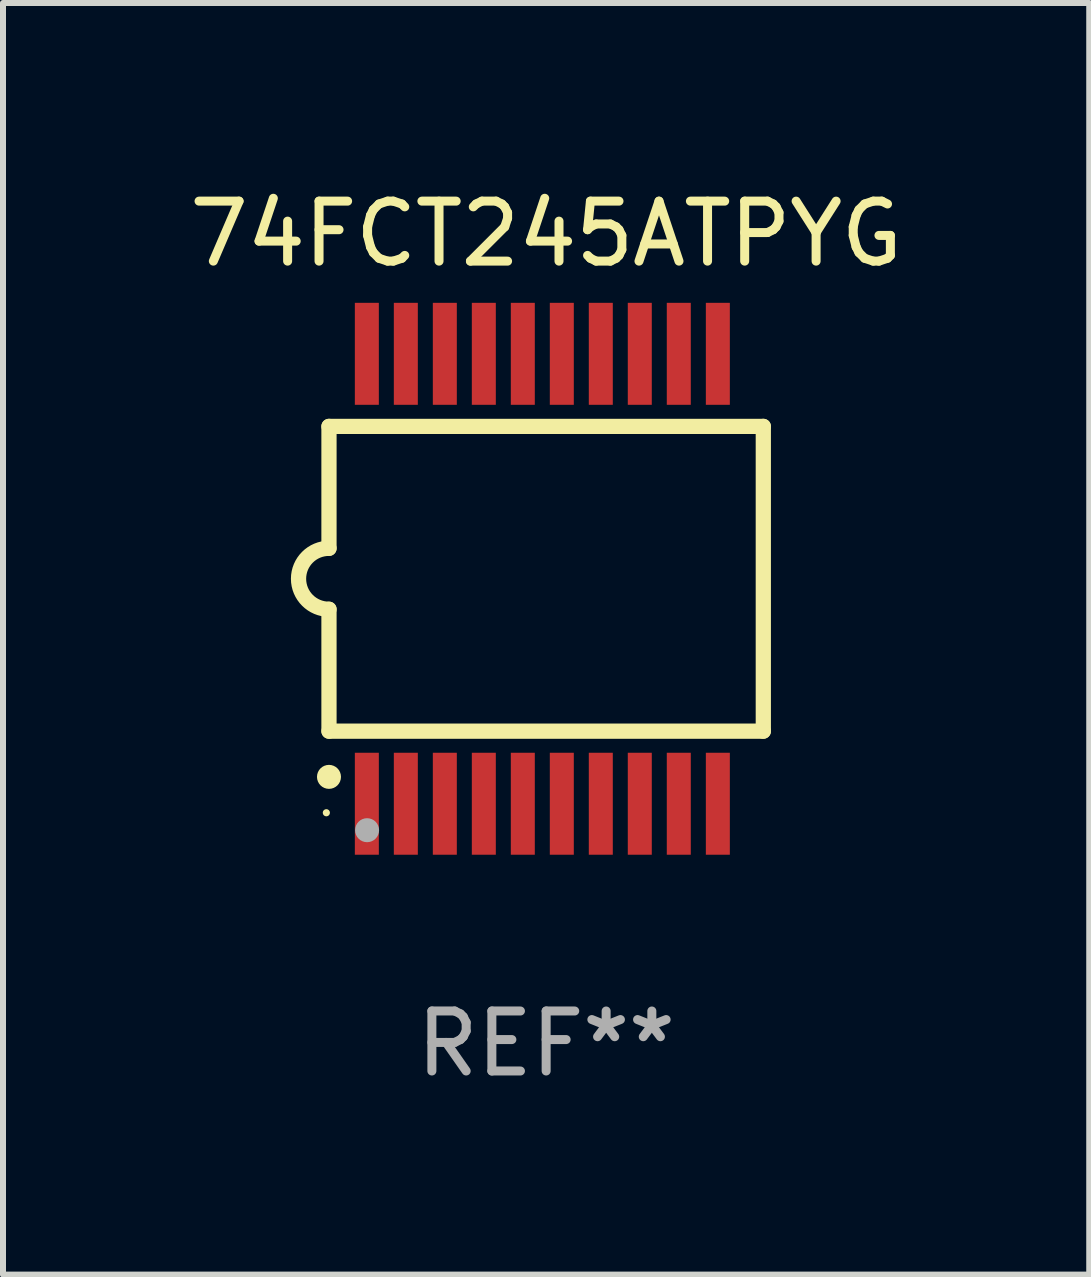
<source format=kicad_pcb>
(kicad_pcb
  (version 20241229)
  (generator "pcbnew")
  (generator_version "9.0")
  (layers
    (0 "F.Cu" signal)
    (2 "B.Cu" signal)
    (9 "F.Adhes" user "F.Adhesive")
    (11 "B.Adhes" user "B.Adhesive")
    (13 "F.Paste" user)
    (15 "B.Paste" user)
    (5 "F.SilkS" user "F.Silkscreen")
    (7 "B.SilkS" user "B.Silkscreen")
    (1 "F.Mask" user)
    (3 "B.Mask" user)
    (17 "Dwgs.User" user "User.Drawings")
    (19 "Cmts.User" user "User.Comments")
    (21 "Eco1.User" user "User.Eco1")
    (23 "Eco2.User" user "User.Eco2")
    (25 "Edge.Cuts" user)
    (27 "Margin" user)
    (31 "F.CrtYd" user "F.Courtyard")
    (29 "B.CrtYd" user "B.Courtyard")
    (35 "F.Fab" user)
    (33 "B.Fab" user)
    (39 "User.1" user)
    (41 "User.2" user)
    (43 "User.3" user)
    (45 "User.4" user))
  (footprint "74FCT245ATPYG"
    (layer "F.Cu")
    (at 6.054 6.598)
    (property "Reference" "74FCT245ATPYG" (at 0 -5.75 0) (layer "F.SilkS") (effects (font (size 1 1) (thickness 0.15))))
    (attr through_hole)
    (fp_line (start -3.62 -2.54) (end 3.62 -2.54) (stroke (width 0.254) (type solid)) (layer "F.SilkS"))
    (fp_line (start -3.62 -0.508) (end -3.62 -2.54) (stroke (width 0.254) (type solid)) (layer "F.SilkS"))
    (fp_line (start -3.62 2.54) (end -3.62 0.508) (stroke (width 0.254) (type solid)) (layer "F.SilkS"))
    (fp_line (start 3.62 -2.54) (end 3.62 2.54) (stroke (width 0.254) (type solid)) (layer "F.SilkS"))
    (fp_line (start 3.62 2.54) (end -3.62 2.54) (stroke (width 0.254) (type solid)) (layer "F.SilkS"))
    (fp_arc (start -3.619507 0.508052) (mid -4.125607 0.000051) (end -3.619507 -0.50795) (stroke (width 0.254001) (type solid)) (layer "F.SilkS"))
    (fp_circle (center -3.664 3.9) (end -3.634 3.9) (stroke (width 0.06) (type solid)) (fill no) (layer "F.SilkS"))
    (fp_circle (center -3.62 3.302) (end -3.52 3.302) (stroke (width 0.2) (type solid)) (fill no) (layer "F.SilkS"))
    (fp_circle (center -2.985 4.191) (end -2.885 4.191) (stroke (width 0.2) (type solid)) (fill no) (layer "F.Fab"))
    (fp_text user "REF**" (at 0 7.75 0) (layer "F.Fab") (effects (font (size 1 1) (thickness 0.15))))
    (pad "1" smd rect (at -2.989 3.75) (size 0.4 1.7) (layers "F.Cu" "F.Mask" "F.Paste"))
    (pad "2" smd rect (at -2.339 3.75) (size 0.4 1.7) (layers "F.Cu" "F.Mask" "F.Paste"))
    (pad "3" smd rect (at -1.689 3.75) (size 0.4 1.7) (layers "F.Cu" "F.Mask" "F.Paste"))
    (pad "4" smd rect (at -1.039 3.75) (size 0.4 1.7) (layers "F.Cu" "F.Mask" "F.Paste"))
    (pad "5" smd rect (at -0.389 3.75) (size 0.4 1.7) (layers "F.Cu" "F.Mask" "F.Paste"))
    (pad "6" smd rect (at 0.261 3.75) (size 0.4 1.7) (layers "F.Cu" "F.Mask" "F.Paste"))
    (pad "7" smd rect (at 0.911 3.75) (size 0.4 1.7) (layers "F.Cu" "F.Mask" "F.Paste"))
    (pad "8" smd rect (at 1.561 3.75) (size 0.4 1.7) (layers "F.Cu" "F.Mask" "F.Paste"))
    (pad "9" smd rect (at 2.211 3.75) (size 0.4 1.7) (layers "F.Cu" "F.Mask" "F.Paste"))
    (pad "10" smd rect (at 2.862 3.75) (size 0.4 1.7) (layers "F.Cu" "F.Mask" "F.Paste"))
    (pad "11" smd rect (at 2.862 -3.75) (size 0.4 1.7) (layers "F.Cu" "F.Mask" "F.Paste"))
    (pad "12" smd rect (at 2.211 -3.75) (size 0.4 1.7) (layers "F.Cu" "F.Mask" "F.Paste"))
    (pad "13" smd rect (at 1.561 -3.75) (size 0.4 1.7) (layers "F.Cu" "F.Mask" "F.Paste"))
    (pad "14" smd rect (at 0.911 -3.75) (size 0.4 1.7) (layers "F.Cu" "F.Mask" "F.Paste"))
    (pad "15" smd rect (at 0.261 -3.75) (size 0.4 1.7) (layers "F.Cu" "F.Mask" "F.Paste"))
    (pad "16" smd rect (at -0.389 -3.75) (size 0.4 1.7) (layers "F.Cu" "F.Mask" "F.Paste"))
    (pad "17" smd rect (at -1.039 -3.75) (size 0.4 1.7) (layers "F.Cu" "F.Mask" "F.Paste"))
    (pad "18" smd rect (at -1.689 -3.75) (size 0.4 1.7) (layers "F.Cu" "F.Mask" "F.Paste"))
    (pad "19" smd rect (at -2.339 -3.75) (size 0.4 1.7) (layers "F.Cu" "F.Mask" "F.Paste"))
    (pad "20" smd rect (at -2.989 -3.75) (size 0.4 1.7) (layers "F.Cu" "F.Mask" "F.Paste")))
  (gr_rect
    (start -3 -3)
    (end 15.107 18.197)
    (stroke (width 0.1) (type default))
    (fill no)
    (layer "Edge.Cuts")))
</source>
